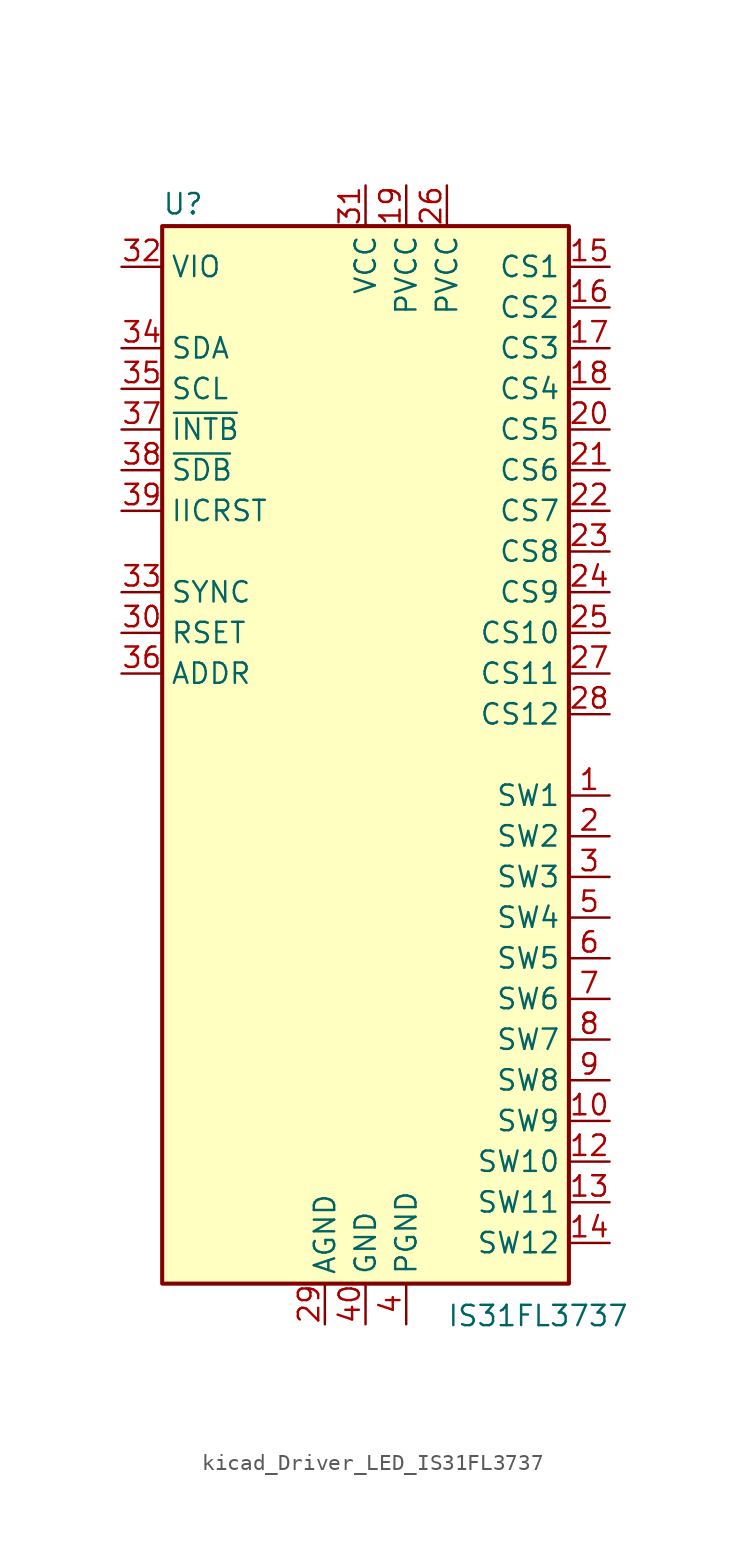
<source format=kicad_sym>
(kicad_symbol_lib
  (version 20220914)
  (generator kicad_symbol_editor)
  (symbol "kicad_Driver_LED_IS31FL3737"
    (property "Reference" "U"
      (at -12.7 33.655 0)
      (effects (font (size 1.27 1.27)) (justify left bottom)))
    (property "Value" "IS31FL3737"
      (at 5.08 -34.29 0)
      (effects (font (size 1.27 1.27)) (justify left top)))
    (symbol "kicad_Driver_LED_IS31FL3737_0_1"
      (rectangle (start -12.7 33.02) (end 12.7 -33.02) (stroke (width 0.254) (type default)) (fill (type background))))
    (symbol "kicad_Driver_LED_IS31FL3737_1_1"
      (pin input line (at 15.24 -2.54 180) (length 2.54) (name "SW1" (effects (font (size 1.27 1.27)))) (number "1" (effects (font (size 1.27 1.27)))))
      (pin input line (at 15.24 -22.86 180) (length 2.54) (name "SW9" (effects (font (size 1.27 1.27)))) (number "10" (effects (font (size 1.27 1.27)))))
      (pin passive line (at 2.54 -35.56 90) (length 2.54) hide (name "PGND" (effects (font (size 1.27 1.27)))) (number "11" (effects (font (size 1.27 1.27)))))
      (pin input line (at 15.24 -25.4 180) (length 2.54) (name "SW10" (effects (font (size 1.27 1.27)))) (number "12" (effects (font (size 1.27 1.27)))))
      (pin input line (at 15.24 -27.94 180) (length 2.54) (name "SW11" (effects (font (size 1.27 1.27)))) (number "13" (effects (font (size 1.27 1.27)))))
      (pin input line (at 15.24 -30.48 180) (length 2.54) (name "SW12" (effects (font (size 1.27 1.27)))) (number "14" (effects (font (size 1.27 1.27)))))
      (pin output line (at 15.24 30.48 180) (length 2.54) (name "CS1" (effects (font (size 1.27 1.27)))) (number "15" (effects (font (size 1.27 1.27)))))
      (pin output line (at 15.24 27.94 180) (length 2.54) (name "CS2" (effects (font (size 1.27 1.27)))) (number "16" (effects (font (size 1.27 1.27)))))
      (pin output line (at 15.24 25.4 180) (length 2.54) (name "CS3" (effects (font (size 1.27 1.27)))) (number "17" (effects (font (size 1.27 1.27)))))
      (pin output line (at 15.24 22.86 180) (length 2.54) (name "CS4" (effects (font (size 1.27 1.27)))) (number "18" (effects (font (size 1.27 1.27)))))
      (pin power_in line (at 2.54 35.56 270) (length 2.54) (name "PVCC" (effects (font (size 1.27 1.27)))) (number "19" (effects (font (size 1.27 1.27)))))
      (pin input line (at 15.24 -5.08 180) (length 2.54) (name "SW2" (effects (font (size 1.27 1.27)))) (number "2" (effects (font (size 1.27 1.27)))))
      (pin output line (at 15.24 20.32 180) (length 2.54) (name "CS5" (effects (font (size 1.27 1.27)))) (number "20" (effects (font (size 1.27 1.27)))))
      (pin output line (at 15.24 17.78 180) (length 2.54) (name "CS6" (effects (font (size 1.27 1.27)))) (number "21" (effects (font (size 1.27 1.27)))))
      (pin output line (at 15.24 15.24 180) (length 2.54) (name "CS7" (effects (font (size 1.27 1.27)))) (number "22" (effects (font (size 1.27 1.27)))))
      (pin output line (at 15.24 12.7 180) (length 2.54) (name "CS8" (effects (font (size 1.27 1.27)))) (number "23" (effects (font (size 1.27 1.27)))))
      (pin output line (at 15.24 10.16 180) (length 2.54) (name "CS9" (effects (font (size 1.27 1.27)))) (number "24" (effects (font (size 1.27 1.27)))))
      (pin output line (at 15.24 7.62 180) (length 2.54) (name "CS10" (effects (font (size 1.27 1.27)))) (number "25" (effects (font (size 1.27 1.27)))))
      (pin power_in line (at 5.08 35.56 270) (length 2.54) (name "PVCC" (effects (font (size 1.27 1.27)))) (number "26" (effects (font (size 1.27 1.27)))))
      (pin output line (at 15.24 5.08 180) (length 2.54) (name "CS11" (effects (font (size 1.27 1.27)))) (number "27" (effects (font (size 1.27 1.27)))))
      (pin output line (at 15.24 2.54 180) (length 2.54) (name "CS12" (effects (font (size 1.27 1.27)))) (number "28" (effects (font (size 1.27 1.27)))))
      (pin power_in line (at -2.54 -35.56 90) (length 2.54) (name "AGND" (effects (font (size 1.27 1.27)))) (number "29" (effects (font (size 1.27 1.27)))))
      (pin input line (at 15.24 -7.62 180) (length 2.54) (name "SW3" (effects (font (size 1.27 1.27)))) (number "3" (effects (font (size 1.27 1.27)))))
      (pin passive line (at -15.24 7.62 0) (length 2.54) (name "RSET" (effects (font (size 1.27 1.27)))) (number "30" (effects (font (size 1.27 1.27)))))
      (pin power_in line (at 0 35.56 270) (length 2.54) (name "VCC" (effects (font (size 1.27 1.27)))) (number "31" (effects (font (size 1.27 1.27)))))
      (pin input line (at -15.24 30.48 0) (length 2.54) (name "VIO" (effects (font (size 1.27 1.27)))) (number "32" (effects (font (size 1.27 1.27)))))
      (pin input line (at -15.24 10.16 0) (length 2.54) (name "SYNC" (effects (font (size 1.27 1.27)))) (number "33" (effects (font (size 1.27 1.27)))))
      (pin bidirectional line (at -15.24 25.4 0) (length 2.54) (name "SDA" (effects (font (size 1.27 1.27)))) (number "34" (effects (font (size 1.27 1.27)))))
      (pin input line (at -15.24 22.86 0) (length 2.54) (name "SCL" (effects (font (size 1.27 1.27)))) (number "35" (effects (font (size 1.27 1.27)))))
      (pin input line (at -15.24 5.08 0) (length 2.54) (name "ADDR" (effects (font (size 1.27 1.27)))) (number "36" (effects (font (size 1.27 1.27)))))
      (pin open_collector line (at -15.24 20.32 0) (length 2.54) (name "~{INTB}" (effects (font (size 1.27 1.27)))) (number "37" (effects (font (size 1.27 1.27)))))
      (pin input line (at -15.24 17.78 0) (length 2.54) (name "~{SDB}" (effects (font (size 1.27 1.27)))) (number "38" (effects (font (size 1.27 1.27)))))
      (pin input line (at -15.24 15.24 0) (length 2.54) (name "IICRST" (effects (font (size 1.27 1.27)))) (number "39" (effects (font (size 1.27 1.27)))))
      (pin power_in line (at 2.54 -35.56 90) (length 2.54) (name "PGND" (effects (font (size 1.27 1.27)))) (number "4" (effects (font (size 1.27 1.27)))))
      (pin power_in line (at 0 -35.56 90) (length 2.54) (name "GND" (effects (font (size 1.27 1.27)))) (number "40" (effects (font (size 1.27 1.27)))))
      (pin passive line (at 0 -35.56 90) (length 2.54) hide (name "GND" (effects (font (size 1.27 1.27)))) (number "41" (effects (font (size 1.27 1.27)))))
      (pin input line (at 15.24 -10.16 180) (length 2.54) (name "SW4" (effects (font (size 1.27 1.27)))) (number "5" (effects (font (size 1.27 1.27)))))
      (pin input line (at 15.24 -12.7 180) (length 2.54) (name "SW5" (effects (font (size 1.27 1.27)))) (number "6" (effects (font (size 1.27 1.27)))))
      (pin input line (at 15.24 -15.24 180) (length 2.54) (name "SW6" (effects (font (size 1.27 1.27)))) (number "7" (effects (font (size 1.27 1.27)))))
      (pin input line (at 15.24 -17.78 180) (length 2.54) (name "SW7" (effects (font (size 1.27 1.27)))) (number "8" (effects (font (size 1.27 1.27)))))
      (pin input line (at 15.24 -20.32 180) (length 2.54) (name "SW8" (effects (font (size 1.27 1.27)))) (number "9" (effects (font (size 1.27 1.27))))))))
</source>
